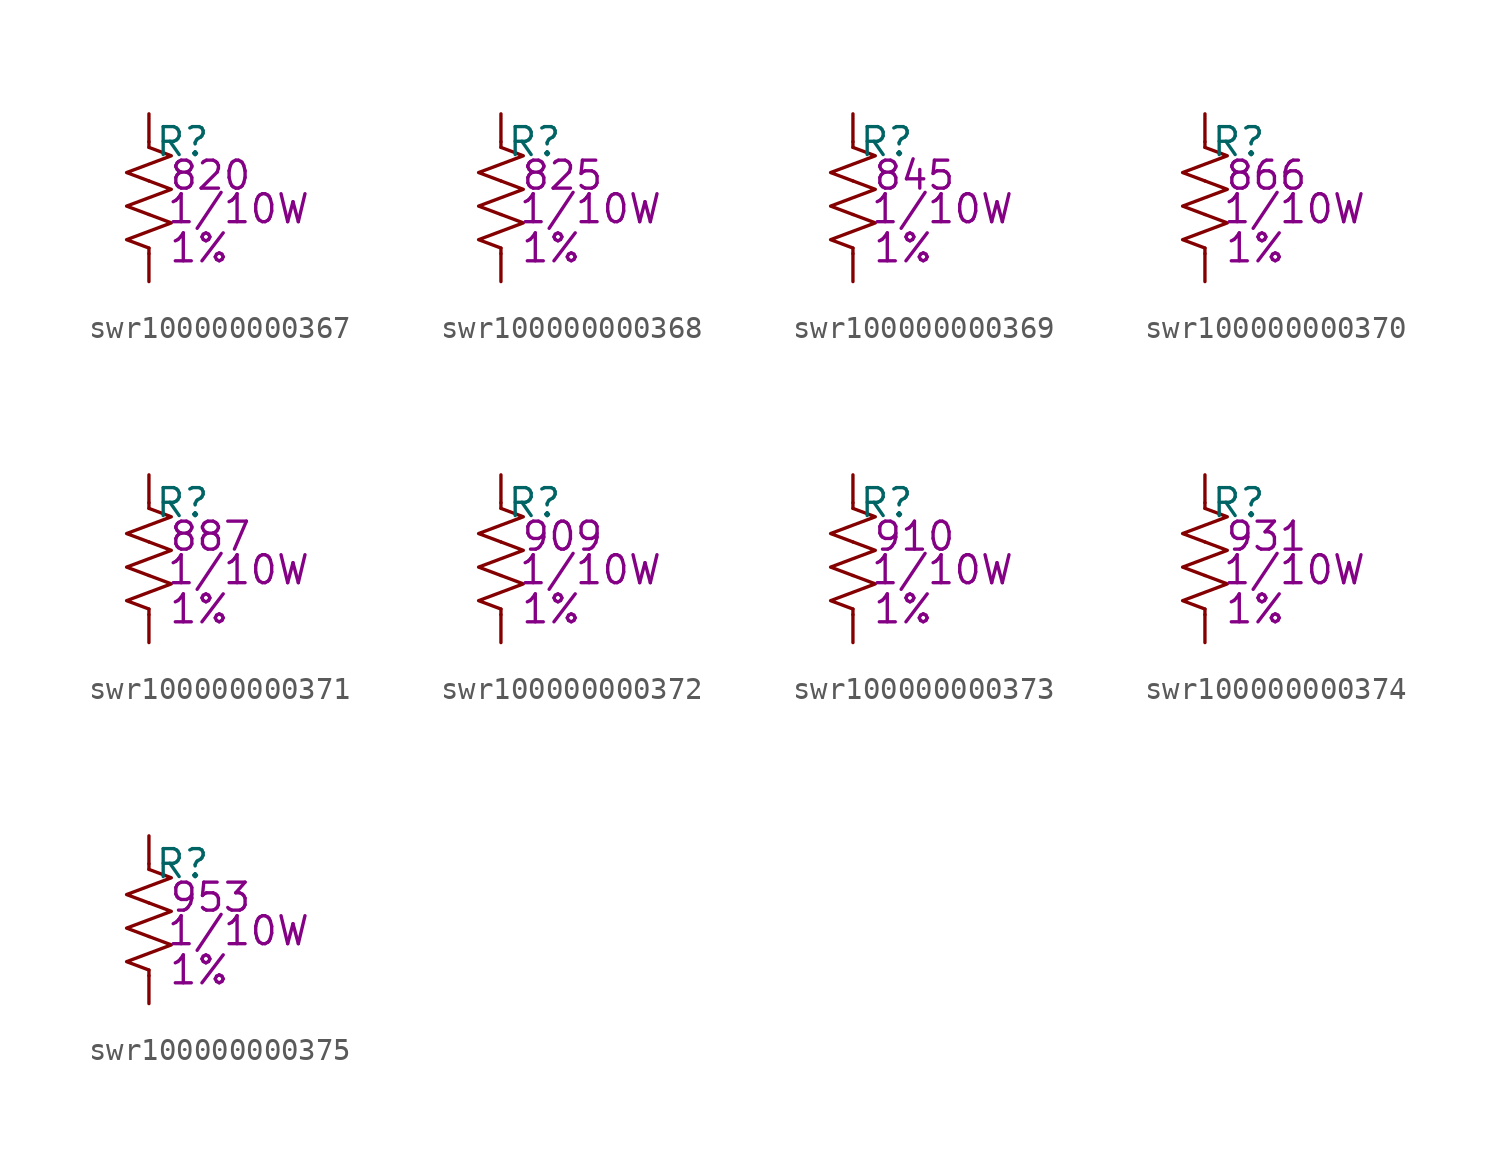
<source format=kicad_sym>
(kicad_symbol_lib
  (version 20211014)
  (generator kicad_symbol_editor)
  (symbol "swr100000000367"
    (pin_numbers hide)
    (pin_names
      (offset 1.016))
    (property "Reference" "R"
      (at 1.524 2.54 0)
      (effects (font (size 1.27 1.27))))
    (property "Tolerance" "1%"
      (at 2.286 -2.286 0)
      (effects (font (size 1.27 1.27))))
    (property "Wattage" "1/10W"
      (at 4.064 -0.508 0)
      (effects (font (size 1.27 1.27))))
    (property "PartValue" "820"
      (at 2.794 1.016 0)
      (effects (font (size 1.27 1.27))))
    (symbol "swr100000000367_1_1"
      (polyline (pts (xy 0 -2.286) (xy 0 -2.54)) (stroke (width 0) (type default) (color 0 0 0 0)) (fill (type none)))
      (polyline (pts (xy 0 2.286) (xy 0 2.54)) (stroke (width 0) (type default) (color 0 0 0 0)) (fill (type none)))
      (polyline (pts (xy 0 -0.762) (xy 1.016 -1.143) (xy 0 -1.524) (xy -1.016 -1.905) (xy 0 -2.286)) (stroke (width 0) (type default) (color 0 0 0 0)) (fill (type none)))
      (polyline (pts (xy 0 0.762) (xy 1.016 0.381) (xy 0 0) (xy -1.016 -0.381) (xy 0 -0.762)) (stroke (width 0) (type default) (color 0 0 0 0)) (fill (type none)))
      (polyline (pts (xy 0 2.286) (xy 1.016 1.905) (xy 0 1.524) (xy -1.016 1.143) (xy 0 0.762)) (stroke (width 0) (type default) (color 0 0 0 0)) (fill (type none)))
      (pin passive line (at 0 3.81 270) (length 1.27) (name "~" (effects (font (size 1.27 1.27)))) (number "1" (effects (font (size 1.27 1.27)))))
      (pin passive line (at 0 -3.81 90) (length 1.27) (name "~" (effects (font (size 1.27 1.27)))) (number "2" (effects (font (size 1.27 1.27)))))))
  (symbol "swr100000000368"
    (pin_numbers hide)
    (pin_names
      (offset 1.016))
    (property "Reference" "R"
      (at 1.524 2.54 0)
      (effects (font (size 1.27 1.27))))
    (property "Tolerance" "1%"
      (at 2.286 -2.286 0)
      (effects (font (size 1.27 1.27))))
    (property "Wattage" "1/10W"
      (at 4.064 -0.508 0)
      (effects (font (size 1.27 1.27))))
    (property "PartValue" "825"
      (at 2.794 1.016 0)
      (effects (font (size 1.27 1.27))))
    (symbol "swr100000000368_1_1"
      (polyline (pts (xy 0 -2.286) (xy 0 -2.54)) (stroke (width 0) (type default) (color 0 0 0 0)) (fill (type none)))
      (polyline (pts (xy 0 2.286) (xy 0 2.54)) (stroke (width 0) (type default) (color 0 0 0 0)) (fill (type none)))
      (polyline (pts (xy 0 -0.762) (xy 1.016 -1.143) (xy 0 -1.524) (xy -1.016 -1.905) (xy 0 -2.286)) (stroke (width 0) (type default) (color 0 0 0 0)) (fill (type none)))
      (polyline (pts (xy 0 0.762) (xy 1.016 0.381) (xy 0 0) (xy -1.016 -0.381) (xy 0 -0.762)) (stroke (width 0) (type default) (color 0 0 0 0)) (fill (type none)))
      (polyline (pts (xy 0 2.286) (xy 1.016 1.905) (xy 0 1.524) (xy -1.016 1.143) (xy 0 0.762)) (stroke (width 0) (type default) (color 0 0 0 0)) (fill (type none)))
      (pin passive line (at 0 3.81 270) (length 1.27) (name "~" (effects (font (size 1.27 1.27)))) (number "1" (effects (font (size 1.27 1.27)))))
      (pin passive line (at 0 -3.81 90) (length 1.27) (name "~" (effects (font (size 1.27 1.27)))) (number "2" (effects (font (size 1.27 1.27)))))))
  (symbol "swr100000000369"
    (pin_numbers hide)
    (pin_names
      (offset 1.016))
    (property "Reference" "R"
      (at 1.524 2.54 0)
      (effects (font (size 1.27 1.27))))
    (property "Tolerance" "1%"
      (at 2.286 -2.286 0)
      (effects (font (size 1.27 1.27))))
    (property "Wattage" "1/10W"
      (at 4.064 -0.508 0)
      (effects (font (size 1.27 1.27))))
    (property "PartValue" "845"
      (at 2.794 1.016 0)
      (effects (font (size 1.27 1.27))))
    (symbol "swr100000000369_1_1"
      (polyline (pts (xy 0 -2.286) (xy 0 -2.54)) (stroke (width 0) (type default) (color 0 0 0 0)) (fill (type none)))
      (polyline (pts (xy 0 2.286) (xy 0 2.54)) (stroke (width 0) (type default) (color 0 0 0 0)) (fill (type none)))
      (polyline (pts (xy 0 -0.762) (xy 1.016 -1.143) (xy 0 -1.524) (xy -1.016 -1.905) (xy 0 -2.286)) (stroke (width 0) (type default) (color 0 0 0 0)) (fill (type none)))
      (polyline (pts (xy 0 0.762) (xy 1.016 0.381) (xy 0 0) (xy -1.016 -0.381) (xy 0 -0.762)) (stroke (width 0) (type default) (color 0 0 0 0)) (fill (type none)))
      (polyline (pts (xy 0 2.286) (xy 1.016 1.905) (xy 0 1.524) (xy -1.016 1.143) (xy 0 0.762)) (stroke (width 0) (type default) (color 0 0 0 0)) (fill (type none)))
      (pin passive line (at 0 3.81 270) (length 1.27) (name "~" (effects (font (size 1.27 1.27)))) (number "1" (effects (font (size 1.27 1.27)))))
      (pin passive line (at 0 -3.81 90) (length 1.27) (name "~" (effects (font (size 1.27 1.27)))) (number "2" (effects (font (size 1.27 1.27)))))))
  (symbol "swr100000000370"
    (pin_numbers hide)
    (pin_names
      (offset 1.016))
    (property "Reference" "R"
      (at 1.524 2.54 0)
      (effects (font (size 1.27 1.27))))
    (property "Tolerance" "1%"
      (at 2.286 -2.286 0)
      (effects (font (size 1.27 1.27))))
    (property "Wattage" "1/10W"
      (at 4.064 -0.508 0)
      (effects (font (size 1.27 1.27))))
    (property "PartValue" "866"
      (at 2.794 1.016 0)
      (effects (font (size 1.27 1.27))))
    (symbol "swr100000000370_1_1"
      (polyline (pts (xy 0 -2.286) (xy 0 -2.54)) (stroke (width 0) (type default) (color 0 0 0 0)) (fill (type none)))
      (polyline (pts (xy 0 2.286) (xy 0 2.54)) (stroke (width 0) (type default) (color 0 0 0 0)) (fill (type none)))
      (polyline (pts (xy 0 -0.762) (xy 1.016 -1.143) (xy 0 -1.524) (xy -1.016 -1.905) (xy 0 -2.286)) (stroke (width 0) (type default) (color 0 0 0 0)) (fill (type none)))
      (polyline (pts (xy 0 0.762) (xy 1.016 0.381) (xy 0 0) (xy -1.016 -0.381) (xy 0 -0.762)) (stroke (width 0) (type default) (color 0 0 0 0)) (fill (type none)))
      (polyline (pts (xy 0 2.286) (xy 1.016 1.905) (xy 0 1.524) (xy -1.016 1.143) (xy 0 0.762)) (stroke (width 0) (type default) (color 0 0 0 0)) (fill (type none)))
      (pin passive line (at 0 3.81 270) (length 1.27) (name "~" (effects (font (size 1.27 1.27)))) (number "1" (effects (font (size 1.27 1.27)))))
      (pin passive line (at 0 -3.81 90) (length 1.27) (name "~" (effects (font (size 1.27 1.27)))) (number "2" (effects (font (size 1.27 1.27)))))))
  (symbol "swr100000000371"
    (pin_numbers hide)
    (pin_names
      (offset 1.016))
    (property "Reference" "R"
      (at 1.524 2.54 0)
      (effects (font (size 1.27 1.27))))
    (property "Tolerance" "1%"
      (at 2.286 -2.286 0)
      (effects (font (size 1.27 1.27))))
    (property "Wattage" "1/10W"
      (at 4.064 -0.508 0)
      (effects (font (size 1.27 1.27))))
    (property "PartValue" "887"
      (at 2.794 1.016 0)
      (effects (font (size 1.27 1.27))))
    (symbol "swr100000000371_1_1"
      (polyline (pts (xy 0 -2.286) (xy 0 -2.54)) (stroke (width 0) (type default) (color 0 0 0 0)) (fill (type none)))
      (polyline (pts (xy 0 2.286) (xy 0 2.54)) (stroke (width 0) (type default) (color 0 0 0 0)) (fill (type none)))
      (polyline (pts (xy 0 -0.762) (xy 1.016 -1.143) (xy 0 -1.524) (xy -1.016 -1.905) (xy 0 -2.286)) (stroke (width 0) (type default) (color 0 0 0 0)) (fill (type none)))
      (polyline (pts (xy 0 0.762) (xy 1.016 0.381) (xy 0 0) (xy -1.016 -0.381) (xy 0 -0.762)) (stroke (width 0) (type default) (color 0 0 0 0)) (fill (type none)))
      (polyline (pts (xy 0 2.286) (xy 1.016 1.905) (xy 0 1.524) (xy -1.016 1.143) (xy 0 0.762)) (stroke (width 0) (type default) (color 0 0 0 0)) (fill (type none)))
      (pin passive line (at 0 3.81 270) (length 1.27) (name "~" (effects (font (size 1.27 1.27)))) (number "1" (effects (font (size 1.27 1.27)))))
      (pin passive line (at 0 -3.81 90) (length 1.27) (name "~" (effects (font (size 1.27 1.27)))) (number "2" (effects (font (size 1.27 1.27)))))))
  (symbol "swr100000000372"
    (pin_numbers hide)
    (pin_names
      (offset 1.016))
    (property "Reference" "R"
      (at 1.524 2.54 0)
      (effects (font (size 1.27 1.27))))
    (property "Tolerance" "1%"
      (at 2.286 -2.286 0)
      (effects (font (size 1.27 1.27))))
    (property "Wattage" "1/10W"
      (at 4.064 -0.508 0)
      (effects (font (size 1.27 1.27))))
    (property "PartValue" "909"
      (at 2.794 1.016 0)
      (effects (font (size 1.27 1.27))))
    (symbol "swr100000000372_1_1"
      (polyline (pts (xy 0 -2.286) (xy 0 -2.54)) (stroke (width 0) (type default) (color 0 0 0 0)) (fill (type none)))
      (polyline (pts (xy 0 2.286) (xy 0 2.54)) (stroke (width 0) (type default) (color 0 0 0 0)) (fill (type none)))
      (polyline (pts (xy 0 -0.762) (xy 1.016 -1.143) (xy 0 -1.524) (xy -1.016 -1.905) (xy 0 -2.286)) (stroke (width 0) (type default) (color 0 0 0 0)) (fill (type none)))
      (polyline (pts (xy 0 0.762) (xy 1.016 0.381) (xy 0 0) (xy -1.016 -0.381) (xy 0 -0.762)) (stroke (width 0) (type default) (color 0 0 0 0)) (fill (type none)))
      (polyline (pts (xy 0 2.286) (xy 1.016 1.905) (xy 0 1.524) (xy -1.016 1.143) (xy 0 0.762)) (stroke (width 0) (type default) (color 0 0 0 0)) (fill (type none)))
      (pin passive line (at 0 3.81 270) (length 1.27) (name "~" (effects (font (size 1.27 1.27)))) (number "1" (effects (font (size 1.27 1.27)))))
      (pin passive line (at 0 -3.81 90) (length 1.27) (name "~" (effects (font (size 1.27 1.27)))) (number "2" (effects (font (size 1.27 1.27)))))))
  (symbol "swr100000000373"
    (pin_numbers hide)
    (pin_names
      (offset 1.016))
    (property "Reference" "R"
      (at 1.524 2.54 0)
      (effects (font (size 1.27 1.27))))
    (property "Tolerance" "1%"
      (at 2.286 -2.286 0)
      (effects (font (size 1.27 1.27))))
    (property "Wattage" "1/10W"
      (at 4.064 -0.508 0)
      (effects (font (size 1.27 1.27))))
    (property "PartValue" "910"
      (at 2.794 1.016 0)
      (effects (font (size 1.27 1.27))))
    (symbol "swr100000000373_1_1"
      (polyline (pts (xy 0 -2.286) (xy 0 -2.54)) (stroke (width 0) (type default) (color 0 0 0 0)) (fill (type none)))
      (polyline (pts (xy 0 2.286) (xy 0 2.54)) (stroke (width 0) (type default) (color 0 0 0 0)) (fill (type none)))
      (polyline (pts (xy 0 -0.762) (xy 1.016 -1.143) (xy 0 -1.524) (xy -1.016 -1.905) (xy 0 -2.286)) (stroke (width 0) (type default) (color 0 0 0 0)) (fill (type none)))
      (polyline (pts (xy 0 0.762) (xy 1.016 0.381) (xy 0 0) (xy -1.016 -0.381) (xy 0 -0.762)) (stroke (width 0) (type default) (color 0 0 0 0)) (fill (type none)))
      (polyline (pts (xy 0 2.286) (xy 1.016 1.905) (xy 0 1.524) (xy -1.016 1.143) (xy 0 0.762)) (stroke (width 0) (type default) (color 0 0 0 0)) (fill (type none)))
      (pin passive line (at 0 3.81 270) (length 1.27) (name "~" (effects (font (size 1.27 1.27)))) (number "1" (effects (font (size 1.27 1.27)))))
      (pin passive line (at 0 -3.81 90) (length 1.27) (name "~" (effects (font (size 1.27 1.27)))) (number "2" (effects (font (size 1.27 1.27)))))))
  (symbol "swr100000000374"
    (pin_numbers hide)
    (pin_names
      (offset 1.016))
    (property "Reference" "R"
      (at 1.524 2.54 0)
      (effects (font (size 1.27 1.27))))
    (property "Tolerance" "1%"
      (at 2.286 -2.286 0)
      (effects (font (size 1.27 1.27))))
    (property "Wattage" "1/10W"
      (at 4.064 -0.508 0)
      (effects (font (size 1.27 1.27))))
    (property "PartValue" "931"
      (at 2.794 1.016 0)
      (effects (font (size 1.27 1.27))))
    (symbol "swr100000000374_1_1"
      (polyline (pts (xy 0 -2.286) (xy 0 -2.54)) (stroke (width 0) (type default) (color 0 0 0 0)) (fill (type none)))
      (polyline (pts (xy 0 2.286) (xy 0 2.54)) (stroke (width 0) (type default) (color 0 0 0 0)) (fill (type none)))
      (polyline (pts (xy 0 -0.762) (xy 1.016 -1.143) (xy 0 -1.524) (xy -1.016 -1.905) (xy 0 -2.286)) (stroke (width 0) (type default) (color 0 0 0 0)) (fill (type none)))
      (polyline (pts (xy 0 0.762) (xy 1.016 0.381) (xy 0 0) (xy -1.016 -0.381) (xy 0 -0.762)) (stroke (width 0) (type default) (color 0 0 0 0)) (fill (type none)))
      (polyline (pts (xy 0 2.286) (xy 1.016 1.905) (xy 0 1.524) (xy -1.016 1.143) (xy 0 0.762)) (stroke (width 0) (type default) (color 0 0 0 0)) (fill (type none)))
      (pin passive line (at 0 3.81 270) (length 1.27) (name "~" (effects (font (size 1.27 1.27)))) (number "1" (effects (font (size 1.27 1.27)))))
      (pin passive line (at 0 -3.81 90) (length 1.27) (name "~" (effects (font (size 1.27 1.27)))) (number "2" (effects (font (size 1.27 1.27)))))))
  (symbol "swr100000000375"
    (pin_numbers hide)
    (pin_names
      (offset 1.016))
    (property "Reference" "R"
      (at 1.524 2.54 0)
      (effects (font (size 1.27 1.27))))
    (property "Tolerance" "1%"
      (at 2.286 -2.286 0)
      (effects (font (size 1.27 1.27))))
    (property "Wattage" "1/10W"
      (at 4.064 -0.508 0)
      (effects (font (size 1.27 1.27))))
    (property "PartValue" "953"
      (at 2.794 1.016 0)
      (effects (font (size 1.27 1.27))))
    (symbol "swr100000000375_1_1"
      (polyline (pts (xy 0 -2.286) (xy 0 -2.54)) (stroke (width 0) (type default) (color 0 0 0 0)) (fill (type none)))
      (polyline (pts (xy 0 2.286) (xy 0 2.54)) (stroke (width 0) (type default) (color 0 0 0 0)) (fill (type none)))
      (polyline (pts (xy 0 -0.762) (xy 1.016 -1.143) (xy 0 -1.524) (xy -1.016 -1.905) (xy 0 -2.286)) (stroke (width 0) (type default) (color 0 0 0 0)) (fill (type none)))
      (polyline (pts (xy 0 0.762) (xy 1.016 0.381) (xy 0 0) (xy -1.016 -0.381) (xy 0 -0.762)) (stroke (width 0) (type default) (color 0 0 0 0)) (fill (type none)))
      (polyline (pts (xy 0 2.286) (xy 1.016 1.905) (xy 0 1.524) (xy -1.016 1.143) (xy 0 0.762)) (stroke (width 0) (type default) (color 0 0 0 0)) (fill (type none)))
      (pin passive line (at 0 3.81 270) (length 1.27) (name "~" (effects (font (size 1.27 1.27)))) (number "1" (effects (font (size 1.27 1.27)))))
      (pin passive line (at 0 -3.81 90) (length 1.27) (name "~" (effects (font (size 1.27 1.27)))) (number "2" (effects (font (size 1.27 1.27))))))))
</source>
